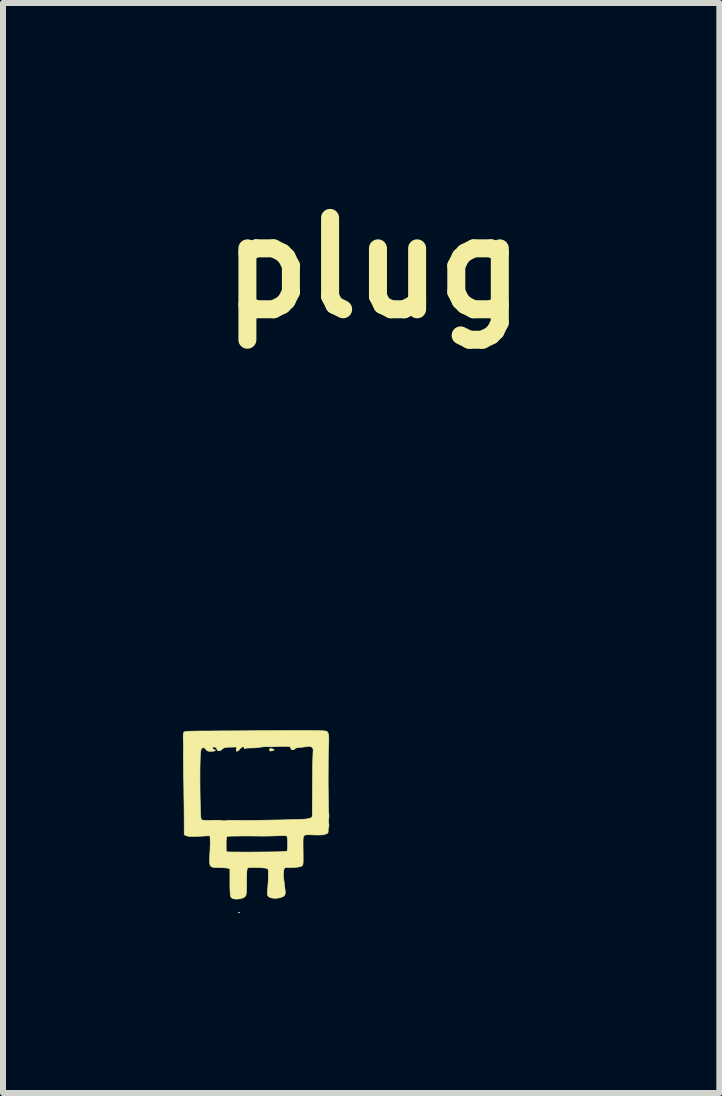
<source format=kicad_pcb>
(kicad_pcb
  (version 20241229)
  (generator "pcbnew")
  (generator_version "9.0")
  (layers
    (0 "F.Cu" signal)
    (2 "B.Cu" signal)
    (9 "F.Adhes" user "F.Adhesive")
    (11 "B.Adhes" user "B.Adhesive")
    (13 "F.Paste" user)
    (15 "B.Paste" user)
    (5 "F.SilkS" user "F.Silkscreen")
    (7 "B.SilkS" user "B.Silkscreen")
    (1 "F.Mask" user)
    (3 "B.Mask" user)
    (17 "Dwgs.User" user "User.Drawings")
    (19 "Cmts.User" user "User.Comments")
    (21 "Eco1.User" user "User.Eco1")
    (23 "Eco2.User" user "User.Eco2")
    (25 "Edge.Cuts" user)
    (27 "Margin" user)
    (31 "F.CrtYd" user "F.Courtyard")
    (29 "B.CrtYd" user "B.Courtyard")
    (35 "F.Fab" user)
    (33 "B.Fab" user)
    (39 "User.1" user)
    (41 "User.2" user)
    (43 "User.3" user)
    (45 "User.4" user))
  (footprint "plug"
    (layer "F.Cu")
    (at 2.18 10.418)
    (property "Reference" "plug" (at 1 -9 0) (layer "F.SilkS") (effects (font (size 1.524 1.524) (thickness 0.3))))
    (attr through_hole)
    (fp_poly (pts (xy -1.236 1.744) (xy -1.238 1.752) (xy -1.245 1.753) (xy -1.255 1.748) (xy -1.253 1.744) (xy -1.238 1.743) (xy -1.236 1.744)) (stroke (width 0.01) (type solid)) (fill yes) (layer "F.SilkS"))
    (fp_poly (pts (xy -0.668 -0.973) (xy -0.659 -0.964) (xy -0.675 -0.954) (xy -0.693 -0.948) (xy -0.718 -0.945) (xy -0.728 -0.948) (xy -0.739 -0.969) (xy -0.729 -0.982) (xy -0.702 -0.983) (xy -0.668 -0.973)) (stroke (width 0.01) (type solid)) (fill yes) (layer "F.SilkS"))
    (fp_poly (pts (xy -0.125 -1.286) (xy -0.03 -1.285) (xy 0.046 -1.284) (xy 0.107 -1.283) (xy 0.152 -1.282) (xy 0.185 -1.279) (xy 0.206 -1.277) (xy 0.217 -1.274) (xy 0.219 -1.273) (xy 0.235 -1.254) (xy 0.246 -1.227) (xy 0.252 -1.188) (xy 0.253 -1.133) (xy 0.251 -1.058) (xy 0.249 -1.016) (xy 0.247 -0.968) (xy 0.245 -0.901) (xy 0.244 -0.819) (xy 0.243 -0.726) (xy 0.243 -0.625) (xy 0.242 -0.519) (xy 0.242 -0.412) (xy 0.243 -0.307) (xy 0.244 -0.206) (xy 0.245 -0.115) (xy 0.246 -0.036) (xy 0.248 0.028) (xy 0.25 0.073) (xy 0.252 0.095) (xy 0.256 0.14) (xy 0.252 0.184) (xy 0.25 0.189) (xy 0.246 0.233) (xy 0.251 0.259) (xy 0.256 0.297) (xy 0.252 0.317) (xy 0.243 0.351) (xy 0.242 0.374) (xy 0.242 0.407) (xy 0.232 0.426) (xy 0.205 0.439) (xy 0.191 0.444) (xy 0.149 0.453) (xy 0.09 0.456) (xy 0.009 0.455) (xy 0.000028 0.454) (xy -0.064 0.452) (xy -0.108 0.452) (xy -0.136 0.455) (xy -0.154 0.462) (xy -0.16 0.467) (xy -0.167 0.478) (xy -0.172 0.495) (xy -0.176 0.524) (xy -0.177 0.567) (xy -0.177 0.628) (xy -0.176 0.71) (xy -0.176 0.721) (xy -0.175 0.804) (xy -0.175 0.865) (xy -0.175 0.908) (xy -0.178 0.937) (xy -0.182 0.955) (xy -0.189 0.966) (xy -0.195 0.972) (xy -0.222 0.983) (xy -0.269 0.991) (xy -0.327 0.997) (xy -0.392 0.999) (xy -0.431 0.999) (xy -0.466 0.999) (xy -0.484 1.006) (xy -0.494 1.026) (xy -0.499 1.048) (xy -0.504 1.091) (xy -0.503 1.143) (xy -0.501 1.168) (xy -0.495 1.219) (xy -0.489 1.269) (xy -0.487 1.289) (xy -0.481 1.336) (xy -0.475 1.383) (xy -0.475 1.386) (xy -0.473 1.424) (xy -0.48 1.455) (xy -0.481 1.457) (xy -0.506 1.481) (xy -0.549 1.498) (xy -0.601 1.509) (xy -0.656 1.511) (xy -0.706 1.505) (xy -0.743 1.489) (xy -0.747 1.485) (xy -0.764 1.466) (xy -0.771 1.444) (xy -0.771 1.41) (xy -0.769 1.386) (xy -0.76 1.273) (xy -0.755 1.179) (xy -0.754 1.105) (xy -0.756 1.052) (xy -0.763 1.023) (xy -0.766 1.018) (xy -0.786 1.011) (xy -0.826 1.005) (xy -0.877 1.001) (xy -0.935 0.998) (xy -0.993 0.997) (xy -1.044 0.997) (xy -1.082 1) (xy -1.102 1.006) (xy -1.108 1.02) (xy -1.113 1.05) (xy -1.116 1.1) (xy -1.117 1.171) (xy -1.118 1.226) (xy -1.118 1.299) (xy -1.12 1.364) (xy -1.123 1.417) (xy -1.127 1.454) (xy -1.13 1.465) (xy -1.151 1.49) (xy -1.19 1.509) (xy -1.239 1.521) (xy -1.291 1.525) (xy -1.337 1.519) (xy -1.366 1.506) (xy -1.375 1.497) (xy -1.383 1.482) (xy -1.388 1.46) (xy -1.392 1.426) (xy -1.394 1.378) (xy -1.396 1.313) (xy -1.396 1.228) (xy -1.396 1.16) (xy -1.396 1.019) (xy -1.432 1.009) (xy -1.46 1.005) (xy -1.505 1.001) (xy -1.561 0.999) (xy -1.587 0.998) (xy -1.641 0.997) (xy -1.681 0.993) (xy -1.708 0.983) (xy -1.725 0.962) (xy -1.733 0.929) (xy -1.735 0.879) (xy -1.733 0.809) (xy -1.73 0.754) (xy -1.726 0.684) (xy -1.724 0.618) (xy -1.724 0.607) (xy -1.459 0.607) (xy -1.459 0.66) (xy -1.458 0.703) (xy -1.456 0.73) (xy -1.455 0.736) (xy -1.441 0.737) (xy -1.405 0.739) (xy -1.35 0.74) (xy -1.277 0.74) (xy -1.189 0.741) (xy -1.09 0.741) (xy -0.982 0.74) (xy -0.952 0.74) (xy -0.82 0.739) (xy -0.712 0.738) (xy -0.625 0.737) (xy -0.558 0.735) (xy -0.508 0.733) (xy -0.474 0.73) (xy -0.453 0.726) (xy -0.443 0.722) (xy -0.443 0.721) (xy -0.436 0.699) (xy -0.433 0.66) (xy -0.432 0.611) (xy -0.433 0.561) (xy -0.437 0.517) (xy -0.442 0.485) (xy -0.448 0.473) (xy -0.468 0.468) (xy -0.508 0.466) (xy -0.564 0.467) (xy -0.591 0.468) (xy -0.665 0.471) (xy -0.75 0.473) (xy -0.828 0.474) (xy -0.845 0.474) (xy -0.964 0.473) (xy -1.077 0.472) (xy -1.179 0.472) (xy -1.268 0.473) (xy -1.342 0.474) (xy -1.397 0.475) (xy -1.432 0.477) (xy -1.442 0.478) (xy -1.451 0.489) (xy -1.456 0.515) (xy -1.459 0.559) (xy -1.459 0.607) (xy -1.724 0.607) (xy -1.724 0.564) (xy -1.725 0.527) (xy -1.725 0.522) (xy -1.73 0.468) (xy -1.905 0.477) (xy -1.982 0.48) (xy -2.039 0.481) (xy -2.079 0.478) (xy -2.107 0.473) (xy -2.119 0.469) (xy -2.158 0.452) (xy -2.159 0.153) (xy -2.16 0.056) (xy -2.161 -0.059) (xy -2.163 -0.184) (xy -2.164 -0.313) (xy -2.166 -0.437) (xy -2.166 -0.438) (xy -1.896 -0.438) (xy -1.895 -0.302) (xy -1.893 -0.158) (xy -1.891 -0.079) (xy -1.889 0.014) (xy -1.887 0.084) (xy -1.884 0.135) (xy -1.88 0.169) (xy -1.876 0.191) (xy -1.869 0.202) (xy -1.867 0.204) (xy -1.846 0.209) (xy -1.805 0.212) (xy -1.749 0.213) (xy -1.695 0.211) (xy -1.634 0.21) (xy -1.579 0.211) (xy -1.538 0.213) (xy -1.518 0.217) (xy -1.488 0.221) (xy -1.473 0.218) (xy -1.452 0.215) (xy -1.413 0.212) (xy -1.363 0.211) (xy -1.34 0.211) (xy -1.28 0.212) (xy -1.223 0.213) (xy -1.178 0.214) (xy -1.168 0.214) (xy -1.134 0.214) (xy -1.078 0.214) (xy -1.002 0.213) (xy -0.909 0.211) (xy -0.804 0.209) (xy -0.688 0.207) (xy -0.565 0.205) (xy -0.437 0.202) (xy -0.343 0.2) (xy -0.242 0.197) (xy -0.164 0.193) (xy -0.107 0.187) (xy -0.066 0.179) (xy -0.041 0.168) (xy -0.027 0.154) (xy -0.023 0.141) (xy -0.023 0.124) (xy -0.022 0.085) (xy -0.022 0.026) (xy -0.021 -0.051) (xy -0.02 -0.141) (xy -0.02 -0.243) (xy -0.019 -0.353) (xy -0.019 -0.4) (xy -0.018 -0.514) (xy -0.017 -0.62) (xy -0.016 -0.716) (xy -0.014 -0.8) (xy -0.012 -0.867) (xy -0.01 -0.917) (xy -0.008 -0.944) (xy -0.008 -0.949) (xy -0.009 -0.981) (xy -0.028 -1.008) (xy -0.059 -1.023) (xy -0.087 -1.023) (xy -0.116 -1.017) (xy -0.162 -1.012) (xy -0.213 -1.007) (xy -0.214 -1.007) (xy -0.271 -1.001) (xy -0.305 -0.991) (xy -0.313 -0.983) (xy -0.33 -0.967) (xy -0.354 -0.965) (xy -0.374 -0.974) (xy -0.381 -0.99) (xy -0.384 -1.005) (xy -0.396 -1.016) (xy -0.42 -1.022) (xy -0.461 -1.024) (xy -0.521 -1.022) (xy -0.552 -1.021) (xy -0.62 -1.018) (xy -0.668 -1.016) (xy -0.703 -1.015) (xy -0.731 -1.015) (xy -0.76 -1.016) (xy -0.787 -1.017) (xy -0.838 -1.015) (xy -0.892 -1.009) (xy -0.902 -1.007) (xy -0.945 -1.001) (xy -1 -0.997) (xy -1.051 -0.996) (xy -1.097 -0.995) (xy -1.131 -0.991) (xy -1.148 -0.985) (xy -1.148 -0.984) (xy -1.153 -0.983) (xy -1.155 -0.994) (xy -1.164 -1.013) (xy -1.184 -1.014) (xy -1.211 -1) (xy -1.232 -0.978) (xy -1.259 -0.949) (xy -1.28 -0.94) (xy -1.291 -0.95) (xy -1.29 -0.976) (xy -1.282 -1.012) (xy -1.388 -1.009) (xy -1.441 -1.008) (xy -1.476 -1.003) (xy -1.5 -0.995) (xy -1.519 -0.982) (xy -1.526 -0.974) (xy -1.557 -0.953) (xy -1.586 -0.948) (xy -1.607 -0.959) (xy -1.613 -0.979) (xy -1.624 -1) (xy -1.648 -1.012) (xy -1.673 -1.011) (xy -1.676 -1.01) (xy -1.689 -0.993) (xy -1.677 -0.978) (xy -1.664 -0.972) (xy -1.641 -0.96) (xy -1.641 -0.95) (xy -1.663 -0.943) (xy -1.703 -0.94) (xy -1.707 -0.94) (xy -1.749 -0.941) (xy -1.774 -0.949) (xy -1.791 -0.964) (xy -1.796 -0.972) (xy -1.823 -0.998) (xy -1.85 -1.001) (xy -1.872 -0.98) (xy -1.881 -0.954) (xy -1.886 -0.916) (xy -1.89 -0.856) (xy -1.893 -0.776) (xy -1.895 -0.678) (xy -1.896 -0.564) (xy -1.896 -0.438) (xy -2.166 -0.438) (xy -2.168 -0.527) (xy -2.169 -0.624) (xy -2.17 -0.715) (xy -2.171 -0.794) (xy -2.172 -0.86) (xy -2.172 -0.909) (xy -2.172 -0.936) (xy -2.171 -0.94) (xy -2.17 -0.973) (xy -2.17 -1.016) (xy -2.171 -1.029) (xy -2.172 -1.074) (xy -2.174 -1.13) (xy -2.175 -1.165) (xy -2.174 -1.22) (xy -2.166 -1.253) (xy -2.162 -1.26) (xy -2.149 -1.266) (xy -2.122 -1.27) (xy -2.078 -1.274) (xy -2.015 -1.276) (xy -1.931 -1.277) (xy -1.882 -1.278) (xy -1.824 -1.278) (xy -1.744 -1.278) (xy -1.644 -1.279) (xy -1.527 -1.28) (xy -1.396 -1.28) (xy -1.254 -1.281) (xy -1.104 -1.282) (xy -0.949 -1.283) (xy -0.791 -1.284) (xy -0.71 -1.284) (xy -0.529 -1.285) (xy -0.373 -1.286) (xy -0.238 -1.286) (xy -0.125 -1.286)) (stroke (width 0.01) (type solid)) (fill yes) (layer "F.SilkS")))
  (gr_rect
    (start -3 -3)
    (end 8.945 15.176)
    (stroke (width 0.1) (type default))
    (fill no)
    (layer "Edge.Cuts")))
</source>
